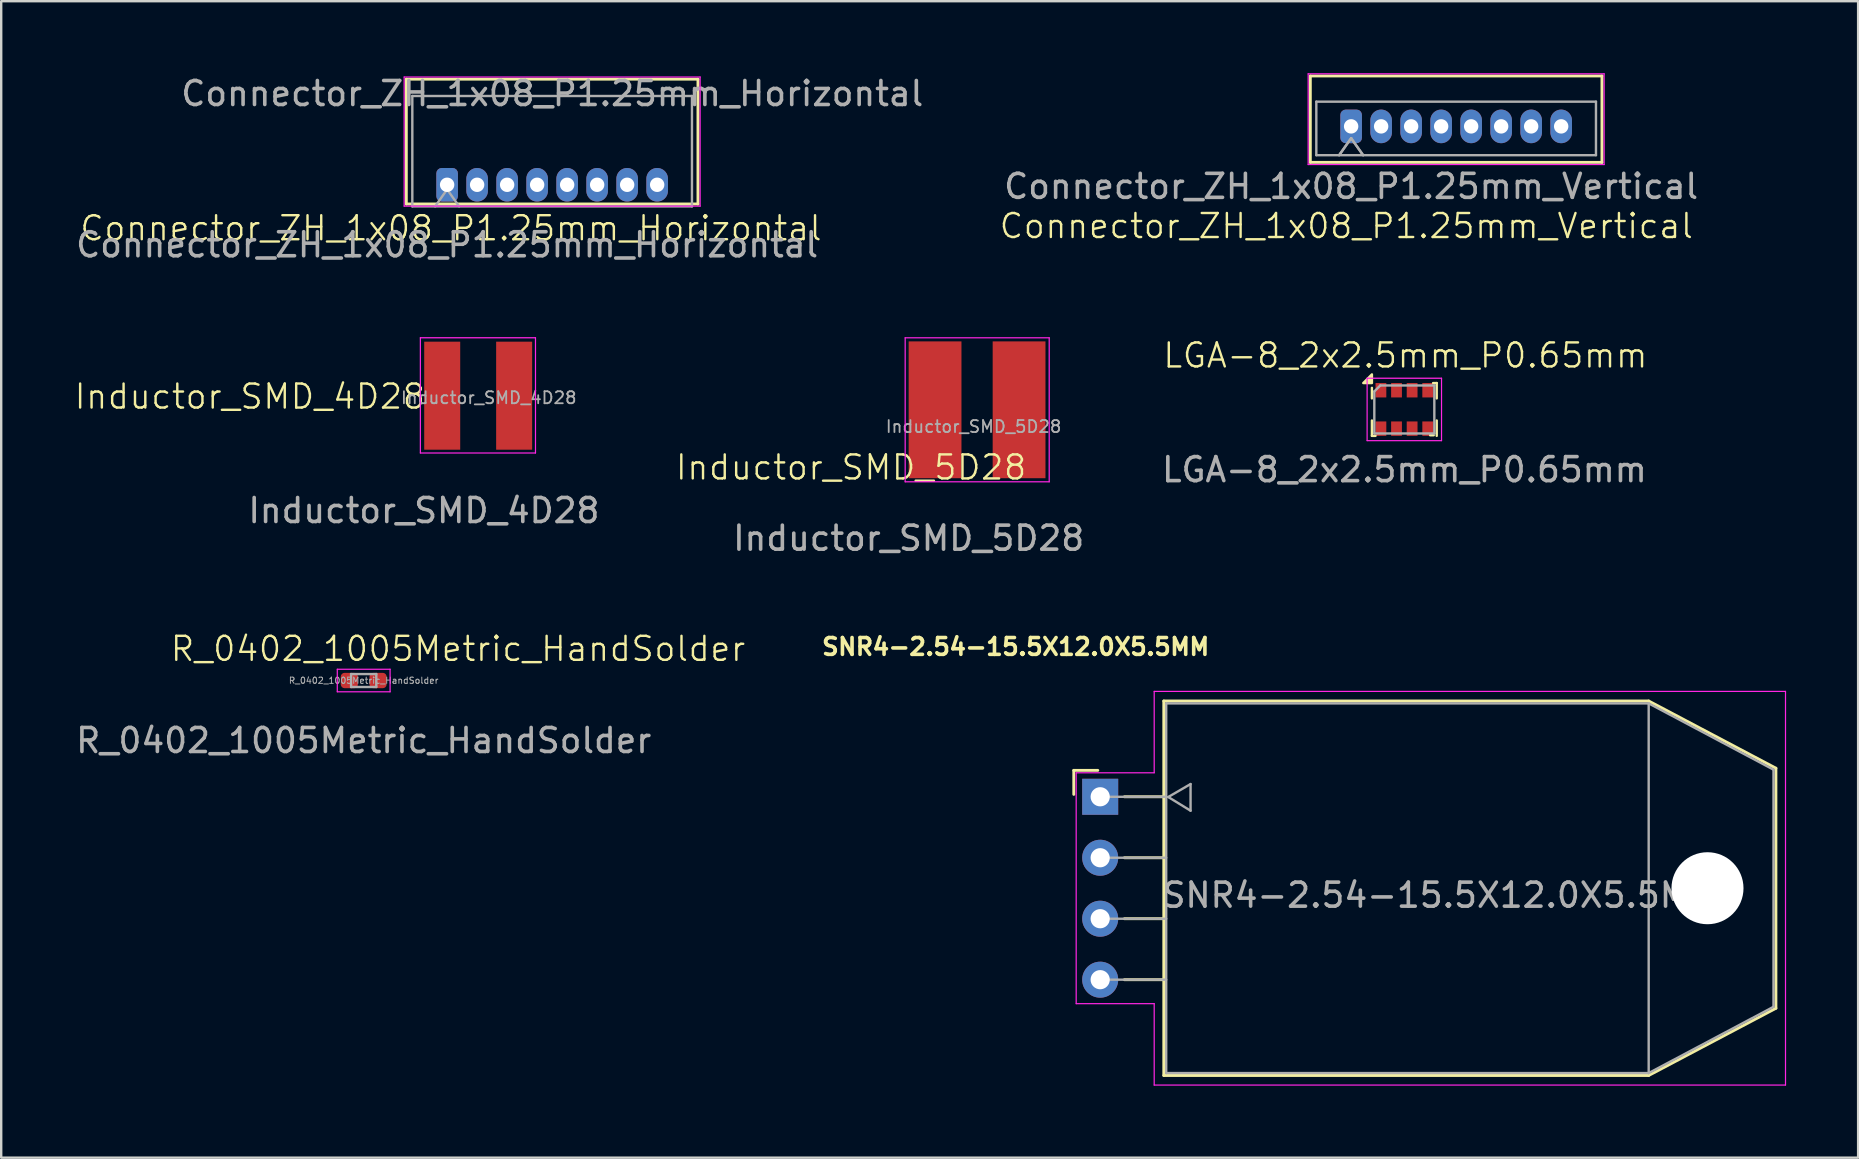
<source format=kicad_pcb>
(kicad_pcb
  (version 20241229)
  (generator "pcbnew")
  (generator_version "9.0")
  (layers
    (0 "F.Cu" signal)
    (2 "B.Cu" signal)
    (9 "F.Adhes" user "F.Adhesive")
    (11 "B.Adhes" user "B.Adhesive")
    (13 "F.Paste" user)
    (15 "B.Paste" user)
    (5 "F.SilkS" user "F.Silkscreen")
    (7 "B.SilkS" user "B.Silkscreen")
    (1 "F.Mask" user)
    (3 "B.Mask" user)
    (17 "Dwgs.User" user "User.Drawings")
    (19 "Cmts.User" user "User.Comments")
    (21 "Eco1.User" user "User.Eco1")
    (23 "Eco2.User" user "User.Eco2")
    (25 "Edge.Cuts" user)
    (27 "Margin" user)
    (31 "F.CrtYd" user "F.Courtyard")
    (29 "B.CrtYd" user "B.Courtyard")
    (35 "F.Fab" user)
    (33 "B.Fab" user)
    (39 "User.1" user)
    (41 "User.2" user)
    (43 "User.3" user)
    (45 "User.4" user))
  (footprint "R_0402_1005Metric_HandSolder"
    (layer "F.Cu")
    (at 12.101 25.3)
    (property "Reference" "R_0402_1005Metric_HandSolder" (at 3.93 -1.32 0) (unlocked yes) (layer "F.SilkS") (effects (font (size 1 1) (thickness 0.1))))
    (attr smd)
    (fp_line (start -1.1 -0.47) (end 1.1 -0.47) (stroke (width 0.05) (type solid)) (layer "F.CrtYd"))
    (fp_line (start -1.1 0.47) (end -1.1 -0.47) (stroke (width 0.05) (type solid)) (layer "F.CrtYd"))
    (fp_line (start 1.1 -0.47) (end 1.1 0.47) (stroke (width 0.05) (type solid)) (layer "F.CrtYd"))
    (fp_line (start 1.1 0.47) (end -1.1 0.47) (stroke (width 0.05) (type solid)) (layer "F.CrtYd"))
    (fp_line (start -0.525 -0.27) (end 0.525 -0.27) (stroke (width 0.1) (type solid)) (layer "F.Fab"))
    (fp_line (start -0.525 0.27) (end -0.525 -0.27) (stroke (width 0.1) (type solid)) (layer "F.Fab"))
    (fp_line (start 0.525 -0.27) (end 0.525 0.27) (stroke (width 0.1) (type solid)) (layer "F.Fab"))
    (fp_line (start 0.525 0.27) (end -0.525 0.27) (stroke (width 0.1) (type solid)) (layer "F.Fab"))
    (fp_text user "${REFERENCE}" (at 0 0 0) (layer "F.Fab") (effects (font (size 0.26 0.26) (thickness 0.04))))
    (fp_text user "${REFERENCE}" (at 0 2.5 0) (unlocked yes) (layer "F.Fab") (effects (font (size 1 1) (thickness 0.15))))
    (pad "1" smd roundrect (at -0.598 0) (size 0.715 0.64) (layers "F.Cu" "F.Mask" "F.Paste") (roundrect_rratio 0.25))
    (pad "2" smd roundrect (at 0.598 0) (size 0.715 0.64) (layers "F.Cu" "F.Mask" "F.Paste") (roundrect_rratio 0.25)))
  (footprint "Connector_ZH_1x08_P1.25mm_Horizontal"
    (layer "F.Cu")
    (at 15.577 4.648)
    (property "Reference" "Connector_ZH_1x08_P1.25mm_Horizontal" (at 0.16 1.81 0) (unlocked yes) (layer "F.SilkS") (effects (font (size 1 1) (thickness 0.1))))
    (attr through_hole)
    (fp_line (start -1.7 -4.4) (end 10.45 -4.4) (stroke (width 0.12) (type solid)) (layer "F.SilkS"))
    (fp_line (start -1.7 0.8) (end -1.7 -4.4) (stroke (width 0.12) (type solid)) (layer "F.SilkS"))
    (fp_line (start 10.45 -4.4) (end 10.45 0.8) (stroke (width 0.12) (type solid)) (layer "F.SilkS"))
    (fp_line (start 10.45 0.8) (end -1.7 0.8) (stroke (width 0.12) (type solid)) (layer "F.SilkS"))
    (fp_line (start -1.79 -4.49) (end -1.79 0.89) (stroke (width 0.05) (type solid)) (layer "F.CrtYd"))
    (fp_line (start 10.54 -4.49) (end -1.79 -4.49) (stroke (width 0.05) (type solid)) (layer "F.CrtYd"))
    (fp_line (start 10.54 0.89) (end -1.79 0.89) (stroke (width 0.05) (type solid)) (layer "F.CrtYd"))
    (fp_line (start 10.54 0.89) (end 10.54 -4.49) (stroke (width 0.05) (type solid)) (layer "F.CrtYd"))
    (fp_line (start -1.45 -3.7) (end -1.45 0.9) (stroke (width 0.1) (type solid)) (layer "F.Fab"))
    (fp_line (start -1.45 0.9) (end 10.2 0.9) (stroke (width 0.1) (type solid)) (layer "F.Fab"))
    (fp_line (start -0.5 0.9) (end 0 0.193) (stroke (width 0.1) (type solid)) (layer "F.Fab"))
    (fp_line (start 0 0.193) (end 0.5 0.9) (stroke (width 0.1) (type solid)) (layer "F.Fab"))
    (fp_line (start 10.2 -3.7) (end -1.45 -3.7) (stroke (width 0.1) (type solid)) (layer "F.Fab"))
    (fp_line (start 10.2 0.9) (end 10.2 -3.7) (stroke (width 0.1) (type solid)) (layer "F.Fab"))
    (fp_text user "${REFERENCE}" (at 4.38 -3.8 0) (layer "F.Fab") (effects (font (size 1 1) (thickness 0.15))))
    (fp_text user "${REFERENCE}" (at 0 2.5 0) (unlocked yes) (layer "F.Fab") (effects (font (size 1 1) (thickness 0.15))))
    (pad "1" thru_hole roundrect (at 0 0) (size 0.9 1.4) (drill 0.6) (layers "*.Cu" "*.Mask") (roundrect_rratio 0.25))
    (pad "2" thru_hole oval (at 1.25 0) (size 0.9 1.4) (drill 0.6) (layers "*.Cu" "*.Mask"))
    (pad "3" thru_hole oval (at 2.5 0) (size 0.9 1.4) (drill 0.6) (layers "*.Cu" "*.Mask"))
    (pad "4" thru_hole oval (at 3.75 0) (size 0.9 1.4) (drill 0.6) (layers "*.Cu" "*.Mask"))
    (pad "5" thru_hole oval (at 5 0) (size 0.9 1.4) (drill 0.6) (layers "*.Cu" "*.Mask"))
    (pad "6" thru_hole oval (at 6.25 0) (size 0.9 1.4) (drill 0.6) (layers "*.Cu" "*.Mask"))
    (pad "7" thru_hole oval (at 7.5 0) (size 0.9 1.4) (drill 0.6) (layers "*.Cu" "*.Mask"))
    (pad "8" thru_hole oval (at 8.75 0) (size 0.9 1.4) (drill 0.6) (layers "*.Cu" "*.Mask")))
  (footprint "Inductor_SMD_5D28"
    (layer "F.Cu")
    (at 34.804 16.872)
    (property "Reference" "Inductor_SMD_5D28" (at -2.4 -0.45 0) (unlocked yes) (layer "F.SilkS") (effects (font (size 1 1) (thickness 0.1))))
    (attr smd)
    (fp_line (start -0.145 -5.85) (end -0.145 0.15) (stroke (width 0.05) (type solid)) (layer "F.CrtYd"))
    (fp_line (start -0.145 -5.85) (end 5.855 -5.85) (stroke (width 0.05) (type solid)) (layer "F.CrtYd"))
    (fp_line (start -0.145 0.15) (end 5.855 0.15) (stroke (width 0.05) (type solid)) (layer "F.CrtYd"))
    (fp_line (start 5.855 0.15) (end 5.855 -5.85) (stroke (width 0.05) (type solid)) (layer "F.CrtYd"))
    (fp_text user "${REFERENCE}" (at 0 2.5 0) (unlocked yes) (layer "F.Fab") (effects (font (size 1 1) (thickness 0.15))))
    (fp_text user "${REFERENCE}" (at 2.705 -2.15 0) (layer "F.Fab") (effects (font (size 0.5 0.5) (thickness 0.075))))
    (pad "1" smd rect (at 1.1 -2.85) (size 2.2 5.7) (layers "F.Cu" "F.Mask" "F.Paste"))
    (pad "2" smd rect (at 4.6 -2.85) (size 2.2 5.7) (layers "F.Cu" "F.Mask" "F.Paste")))
  (footprint "Inductor_SMD_4D28"
    (layer "F.Cu")
    (at 14.61 15.72)
    (property "Reference" "Inductor_SMD_4D28" (at -7.25 -2.25 0) (unlocked yes) (layer "F.SilkS") (effects (font (size 1 1) (thickness 0.1))))
    (attr smd)
    (fp_line (start -0.148 -4.699) (end -0.148 0.101) (stroke (width 0.05) (type solid)) (layer "F.CrtYd"))
    (fp_line (start -0.148 -4.699) (end 4.648 -4.699) (stroke (width 0.05) (type solid)) (layer "F.CrtYd"))
    (fp_line (start -0.148 0.101) (end 4.648 0.101) (stroke (width 0.05) (type solid)) (layer "F.CrtYd"))
    (fp_line (start 4.648 0.101) (end 4.648 -4.699) (stroke (width 0.05) (type solid)) (layer "F.CrtYd"))
    (fp_text user "${REFERENCE}" (at 2.702 -2.199 0) (layer "F.Fab") (effects (font (size 0.5 0.5) (thickness 0.075))))
    (fp_text user "${REFERENCE}" (at 0 2.5 0) (unlocked yes) (layer "F.Fab") (effects (font (size 1 1) (thickness 0.15))))
    (pad "1" smd rect (at 0.762 -2.286) (size 1.5 4.5) (layers "F.Cu" "F.Mask" "F.Paste"))
    (pad "2" smd rect (at 3.759 -2.286) (size 1.5 4.5) (layers "F.Cu" "F.Mask" "F.Paste")))
  (footprint "Connector_ZH_1x08_P1.25mm_Vertical"
    (layer "F.Cu")
    (at 53.237 2.215)
    (property "Reference" "Connector_ZH_1x08_P1.25mm_Vertical" (at -0.2 4.15 0) (unlocked yes) (layer "F.SilkS") (effects (font (size 1 1) (thickness 0.1))))
    (attr smd)
    (fp_line (start -1.7 -2.1) (end -1.7 1.5) (stroke (width 0.12) (type solid)) (layer "F.SilkS"))
    (fp_line (start -1.7 1.5) (end 10.45 1.5) (stroke (width 0.12) (type solid)) (layer "F.SilkS"))
    (fp_line (start 10.45 -2.1) (end -1.7 -2.1) (stroke (width 0.12) (type solid)) (layer "F.SilkS"))
    (fp_line (start 10.45 1.5) (end 10.45 -2.1) (stroke (width 0.12) (type solid)) (layer "F.SilkS"))
    (fp_line (start -1.79 -2.19) (end -1.79 1.59) (stroke (width 0.05) (type solid)) (layer "F.CrtYd"))
    (fp_line (start -1.79 1.59) (end 10.54 1.59) (stroke (width 0.05) (type solid)) (layer "F.CrtYd"))
    (fp_line (start 10.54 -2.19) (end -1.79 -2.19) (stroke (width 0.05) (type solid)) (layer "F.CrtYd"))
    (fp_line (start 10.54 1.59) (end 10.54 -2.19) (stroke (width 0.05) (type solid)) (layer "F.CrtYd"))
    (fp_line (start -1.45 -1.03) (end -1.45 1.2) (stroke (width 0.1) (type solid)) (layer "F.Fab"))
    (fp_line (start -1.45 1.2) (end 10.2 1.2) (stroke (width 0.1) (type solid)) (layer "F.Fab"))
    (fp_line (start -0.5 1.2) (end 0 0.493) (stroke (width 0.1) (type solid)) (layer "F.Fab"))
    (fp_line (start -0.5 1.2) (end 0 0.493) (stroke (width 0.1) (type solid)) (layer "F.Fab"))
    (fp_line (start 0 0.493) (end 0.5 1.2) (stroke (width 0.1) (type solid)) (layer "F.Fab"))
    (fp_line (start 0 0.493) (end 0.5 1.2) (stroke (width 0.1) (type solid)) (layer "F.Fab"))
    (fp_line (start 10.2 -1.03) (end -1.45 -1.03) (stroke (width 0.1) (type solid)) (layer "F.Fab"))
    (fp_line (start 10.2 1.2) (end 10.2 -1.03) (stroke (width 0.1) (type solid)) (layer "F.Fab"))
    (fp_text user "${REFERENCE}" (at 0 2.5 0) (unlocked yes) (layer "F.Fab") (effects (font (size 1 1) (thickness 0.15))))
    (pad "1" thru_hole roundrect (at 0 0) (size 0.9 1.4) (drill 0.6) (layers "*.Cu" "*.Mask") (roundrect_rratio 0.25))
    (pad "2" thru_hole oval (at 1.25 0) (size 0.9 1.4) (drill 0.6) (layers "*.Cu" "*.Mask"))
    (pad "3" thru_hole oval (at 2.5 0) (size 0.9 1.4) (drill 0.6) (layers "*.Cu" "*.Mask"))
    (pad "4" thru_hole oval (at 3.75 0) (size 0.9 1.4) (drill 0.6) (layers "*.Cu" "*.Mask"))
    (pad "5" thru_hole oval (at 5 0) (size 0.9 1.4) (drill 0.6) (layers "*.Cu" "*.Mask"))
    (pad "6" thru_hole oval (at 6.25 0) (size 0.9 1.4) (drill 0.6) (layers "*.Cu" "*.Mask"))
    (pad "7" thru_hole oval (at 7.5 0) (size 0.9 1.4) (drill 0.6) (layers "*.Cu" "*.Mask"))
    (pad "8" thru_hole oval (at 8.75 0) (size 0.9 1.4) (drill 0.6) (layers "*.Cu" "*.Mask")))
  (footprint "SNR4-2.54-15.5X12.0X5.5MM"
    (layer "F.Cu")
    (at 42.783 30.143)
    (property "Reference" "SNR4-2.54-15.5X12.0X5.5MM" (at -3.521 -6.25 0) (layer "F.SilkS") (effects (font (size 0.7 0.7) (thickness 0.15))))
    (attr through_hole)
    (fp_line (start -1.1 -1.1) (end -0.1 -1.1) (stroke (width 0.12) (type default)) (layer "F.SilkS"))
    (fp_line (start -1.1 -0.1) (end -1.1 -1.1) (stroke (width 0.12) (type default)) (layer "F.SilkS"))
    (fp_line (start 1.01 0) (end 2.65 0) (stroke (width 0.12) (type default)) (layer "F.SilkS"))
    (fp_line (start 1.01 2.54) (end 2.65 2.54) (stroke (width 0.12) (type default)) (layer "F.SilkS"))
    (fp_line (start 1.01 5.08) (end 2.65 5.08) (stroke (width 0.12) (type default)) (layer "F.SilkS"))
    (fp_line (start 1.01 7.62) (end 2.65 7.62) (stroke (width 0.12) (type default)) (layer "F.SilkS"))
    (fp_line (start 2.65 -3.99) (end 22.85 -3.99) (stroke (width 0.12) (type solid)) (layer "F.SilkS"))
    (fp_line (start 2.65 11.61) (end 2.65 -3.99) (stroke (width 0.12) (type solid)) (layer "F.SilkS"))
    (fp_line (start 22.85 -3.99) (end 28.15 -1.19) (stroke (width 0.12) (type default)) (layer "F.SilkS"))
    (fp_line (start 22.85 11.61) (end 2.65 11.61) (stroke (width 0.12) (type solid)) (layer "F.SilkS"))
    (fp_line (start 28.15 -1.19) (end 28.15 8.81) (stroke (width 0.12) (type solid)) (layer "F.SilkS"))
    (fp_line (start 28.15 8.81) (end 22.85 11.61) (stroke (width 0.12) (type default)) (layer "F.SilkS"))
    (fp_line (start -1 -1) (end 2.25 -1) (stroke (width 0.05) (type solid)) (layer "F.CrtYd"))
    (fp_line (start -1 8.62) (end -1 -1) (stroke (width 0.05) (type solid)) (layer "F.CrtYd"))
    (fp_line (start 2.25 -4.39) (end 2.25 -1) (stroke (width 0.05) (type default)) (layer "F.CrtYd"))
    (fp_line (start 2.25 -4.39) (end 28.55 -4.39) (stroke (width 0.05) (type solid)) (layer "F.CrtYd"))
    (fp_line (start 2.25 8.62) (end -1 8.62) (stroke (width 0.05) (type solid)) (layer "F.CrtYd"))
    (fp_line (start 2.25 8.62) (end 2.25 12.01) (stroke (width 0.05) (type default)) (layer "F.CrtYd"))
    (fp_line (start 28.55 -4.39) (end 28.55 12.01) (stroke (width 0.05) (type solid)) (layer "F.CrtYd"))
    (fp_line (start 28.55 12.01) (end 2.25 12.01) (stroke (width 0.05) (type solid)) (layer "F.CrtYd"))
    (fp_line (start 0 0) (end 2.75 0) (stroke (width 0.1) (type default)) (layer "F.Fab"))
    (fp_line (start 0 2.54) (end 2.75 2.54) (stroke (width 0.1) (type default)) (layer "F.Fab"))
    (fp_line (start 0 5.08) (end 2.75 5.08) (stroke (width 0.1) (type default)) (layer "F.Fab"))
    (fp_line (start 0 7.62) (end 2.75 7.62) (stroke (width 0.1) (type default)) (layer "F.Fab"))
    (fp_line (start 2.75 -3.89) (end 2.75 11.51) (stroke (width 0.1) (type solid)) (layer "F.Fab"))
    (fp_line (start 2.75 -3.89) (end 22.85 -3.89) (stroke (width 0.1) (type default)) (layer "F.Fab"))
    (fp_line (start 2.75 11.51) (end 22.85 11.51) (stroke (width 0.1) (type default)) (layer "F.Fab"))
    (fp_line (start 2.835 0.01) (end 3.765 -0.53) (stroke (width 0.1) (type default)) (layer "F.Fab"))
    (fp_line (start 2.835 0.01) (end 3.765 0.58) (stroke (width 0.1) (type default)) (layer "F.Fab"))
    (fp_line (start 3.765 -0.53) (end 3.765 0.58) (stroke (width 0.1) (type default)) (layer "F.Fab"))
    (fp_line (start 22.85 -3.89) (end 22.85 11.51) (stroke (width 0.1) (type default)) (layer "F.Fab"))
    (fp_line (start 22.85 -3.89) (end 28.05 -1.13) (stroke (width 0.1) (type default)) (layer "F.Fab"))
    (fp_line (start 22.85 11.51) (end 28.05 8.75) (stroke (width 0.1) (type default)) (layer "F.Fab"))
    (fp_line (start 28.05 -1.13) (end 28.05 8.75) (stroke (width 0.1) (type default)) (layer "F.Fab"))
    (fp_text user "${REFERENCE}" (at 14.1 4.1 180) (layer "F.Fab") (effects (font (size 1 1) (thickness 0.15))))
    (pad "" np_thru_hole circle (at 25.3 3.81) (size 3 3) (drill 3) (layers "*.Cu" "*.Mask"))
    (pad "1" thru_hole rect (at 0 0) (size 1.5 1.5) (drill 0.8) (layers "*.Cu" "*.Mask"))
    (pad "2" thru_hole circle (at 0 2.54) (size 1.5 1.5) (drill 0.8) (layers "*.Cu" "*.Mask"))
    (pad "3" thru_hole circle (at 0 5.08) (size 1.5 1.5) (drill 0.8) (layers "*.Cu" "*.Mask"))
    (pad "4" thru_hole circle (at 0 7.62) (size 1.5 1.5) (drill 0.8) (layers "*.Cu" "*.Mask")))
  (footprint "LGA-8_2x2.5mm_P0.65mm"
    (layer "F.Cu")
    (at 55.458 14.017)
    (property "Reference" "LGA-8_2x2.5mm_P0.65mm" (at 0.04 -2.26 0) (unlocked yes) (layer "F.SilkS") (effects (font (size 1 1) (thickness 0.1))))
    (attr smd)
    (fp_line (start -1.355 -0.47) (end -1.355 -0.91) (stroke (width 0.1) (type solid)) (layer "F.SilkS"))
    (fp_line (start -1.355 1.09) (end -1.355 0.45) (stroke (width 0.1) (type solid)) (layer "F.SilkS"))
    (fp_line (start -1.355 1.09) (end -1.205 1.09) (stroke (width 0.1) (type solid)) (layer "F.SilkS"))
    (fp_line (start 1.07 1.065) (end 1.22 1.065) (stroke (width 0.1) (type solid)) (layer "F.SilkS"))
    (fp_line (start 1.195 -1.11) (end 1.345 -1.11) (stroke (width 0.1) (type solid)) (layer "F.SilkS"))
    (fp_line (start 1.345 -0.47) (end 1.345 -1.11) (stroke (width 0.1) (type solid)) (layer "F.SilkS"))
    (fp_line (start 1.345 1.09) (end 1.345 0.45) (stroke (width 0.1) (type solid)) (layer "F.SilkS"))
    (fp_poly (pts (xy -1.355 -1.11) (xy -1.715 -1.11) (xy -1.355 -1.47) (xy -1.355 -1.11)) (stroke (width 0.1) (type solid)) (fill yes) (layer "F.SilkS"))
    (fp_line (start -1.555 -1.31) (end 1.545 -1.31) (stroke (width 0.05) (type solid)) (layer "F.CrtYd"))
    (fp_line (start -1.555 1.29) (end -1.555 -1.31) (stroke (width 0.05) (type solid)) (layer "F.CrtYd"))
    (fp_line (start 1.545 -1.31) (end 1.545 1.29) (stroke (width 0.05) (type solid)) (layer "F.CrtYd"))
    (fp_line (start 1.545 1.29) (end -1.555 1.29) (stroke (width 0.05) (type solid)) (layer "F.CrtYd"))
    (fp_line (start -1.255 0.99) (end -1.255 -0.76) (stroke (width 0.1) (type solid)) (layer "F.Fab"))
    (fp_line (start -1.255 0.99) (end 1.245 0.99) (stroke (width 0.1) (type solid)) (layer "F.Fab"))
    (fp_line (start -1.005 -1.01) (end -1.255 -0.76) (stroke (width 0.1) (type solid)) (layer "F.Fab"))
    (fp_line (start 1.245 -1.01) (end -1.005 -1.01) (stroke (width 0.1) (type solid)) (layer "F.Fab"))
    (fp_line (start 1.245 -1.01) (end 1.245 0.99) (stroke (width 0.1) (type solid)) (layer "F.Fab"))
    (fp_text user "${REFERENCE}" (at 0 2.5 0) (unlocked yes) (layer "F.Fab") (effects (font (size 1 1) (thickness 0.15))))
    (pad "1" smd rect (at -0.98 -0.81 90) (size 0.6 0.45) (layers "F.Cu" "F.Mask" "F.Paste"))
    (pad "2" smd rect (at -0.33 -0.81 90) (size 0.6 0.45) (layers "F.Cu" "F.Mask" "F.Paste"))
    (pad "3" smd rect (at 0.32 -0.81 90) (size 0.6 0.45) (layers "F.Cu" "F.Mask" "F.Paste"))
    (pad "4" smd rect (at 0.97 -0.81 90) (size 0.6 0.45) (layers "F.Cu" "F.Mask" "F.Paste"))
    (pad "5" smd rect (at 0.97 0.79 90) (size 0.6 0.45) (layers "F.Cu" "F.Mask" "F.Paste"))
    (pad "6" smd rect (at 0.32 0.79 90) (size 0.6 0.45) (layers "F.Cu" "F.Mask" "F.Paste"))
    (pad "7" smd rect (at -0.33 0.79 90) (size 0.6 0.45) (layers "F.Cu" "F.Mask" "F.Paste"))
    (pad "8" smd rect (at -0.98 0.79 90) (size 0.6 0.45) (layers "F.Cu" "F.Mask" "F.Paste")))
  (gr_rect
    (start -3 -3)
    (end 74.358 45.178)
    (stroke (width 0.1) (type default))
    (fill no)
    (layer "Edge.Cuts")))
</source>
